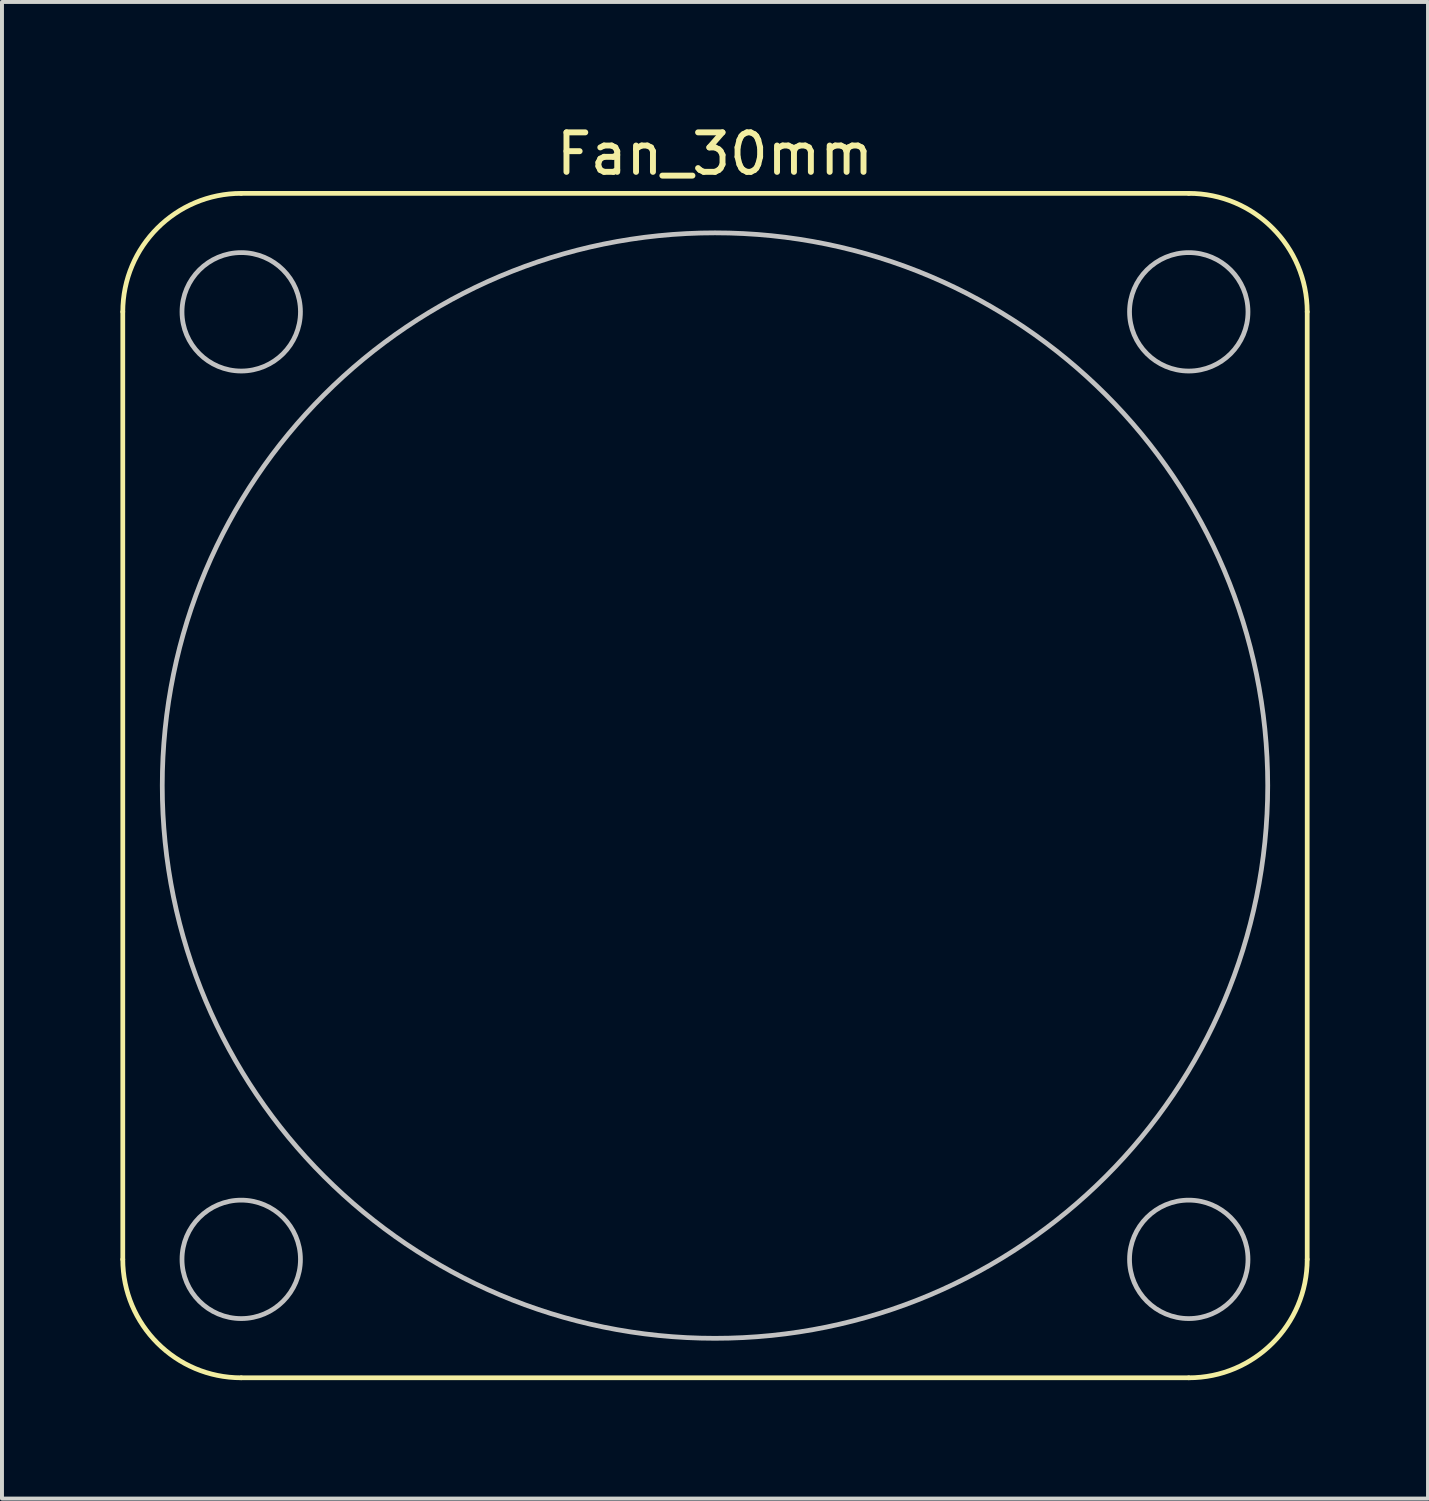
<source format=kicad_pcb>
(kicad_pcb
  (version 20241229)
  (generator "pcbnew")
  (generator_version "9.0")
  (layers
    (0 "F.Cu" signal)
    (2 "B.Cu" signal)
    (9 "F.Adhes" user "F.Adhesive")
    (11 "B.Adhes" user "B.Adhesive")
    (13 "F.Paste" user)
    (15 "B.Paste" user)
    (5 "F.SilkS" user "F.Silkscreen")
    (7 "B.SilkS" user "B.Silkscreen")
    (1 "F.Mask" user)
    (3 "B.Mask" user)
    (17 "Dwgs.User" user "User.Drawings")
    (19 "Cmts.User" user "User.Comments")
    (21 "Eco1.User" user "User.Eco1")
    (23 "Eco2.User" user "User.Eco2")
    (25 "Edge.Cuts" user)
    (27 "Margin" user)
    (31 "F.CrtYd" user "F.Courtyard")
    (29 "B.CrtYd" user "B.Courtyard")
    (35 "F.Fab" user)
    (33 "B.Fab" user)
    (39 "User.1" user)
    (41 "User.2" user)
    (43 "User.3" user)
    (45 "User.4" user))
  (footprint "Fan_30mm"
    (layer "F.Cu")
    (at 15.06 16.848)
    (property "Reference" "Fan_30mm" (at 0 -16 0) (layer "F.SilkS") (effects (font (size 1 1) (thickness 0.15))))
    (attr through_hole)
    (fp_line (start -15 -12) (end -15 12) (stroke (width 0.12) (type solid)) (layer "F.SilkS"))
    (fp_line (start -12 -15) (end 12 -15) (stroke (width 0.12) (type solid)) (layer "F.SilkS"))
    (fp_line (start -12 15) (end 12 15) (stroke (width 0.12) (type solid)) (layer "F.SilkS"))
    (fp_line (start 15 12) (end 15 -12) (stroke (width 0.12) (type solid)) (layer "F.SilkS"))
    (fp_arc (start -15 -12) (mid -14.12132 -14.12132) (end -12 -15) (stroke (width 0.12) (type solid)) (layer "F.SilkS"))
    (fp_arc (start -12 15) (mid -14.12132 14.12132) (end -15 12) (stroke (width 0.12) (type solid)) (layer "F.SilkS"))
    (fp_arc (start 12 -15) (mid 14.12132 -14.12132) (end 15 -12) (stroke (width 0.12) (type solid)) (layer "F.SilkS"))
    (fp_arc (start 15 12) (mid 14.12132 14.12132) (end 12 15) (stroke (width 0.12) (type solid)) (layer "F.SilkS"))
    (fp_circle (center -12 -12) (end -12 -10.5) (stroke (width 0.12) (type solid)) (fill no) (layer "Dwgs.User"))
    (fp_circle (center -12 12) (end -12 13.5) (stroke (width 0.12) (type solid)) (fill no) (layer "Dwgs.User"))
    (fp_circle (center 0 0) (end 0 14) (stroke (width 0.12) (type solid)) (fill no) (layer "Dwgs.User"))
    (fp_circle (center 12 -12) (end 12 -10.5) (stroke (width 0.12) (type solid)) (fill no) (layer "Dwgs.User"))
    (fp_circle (center 12 12) (end 12 13.5) (stroke (width 0.12) (type solid)) (fill no) (layer "Dwgs.User"))
    (fp_circle (center -12 -12) (end -11.5 -10.5) (stroke (width 0.12) (type solid)) (fill no) (layer "Eco2.User"))
    (fp_circle (center -12 12) (end -11.5 13.5) (stroke (width 0.12) (type solid)) (fill no) (layer "Eco2.User"))
    (fp_circle (center 0 0) (end 0 14) (stroke (width 0.12) (type solid)) (fill no) (layer "Eco2.User"))
    (fp_circle (center 12 -12) (end 12.5 -10.5) (stroke (width 0.12) (type solid)) (fill no) (layer "Eco2.User"))
    (fp_circle (center 12 12) (end 12 13.5) (stroke (width 0.12) (type solid)) (fill no) (layer "Eco2.User")))
  (gr_rect
    (start -3 -3)
    (end 33.12 34.908)
    (stroke (width 0.1) (type default))
    (fill no)
    (layer "Edge.Cuts")))
</source>
